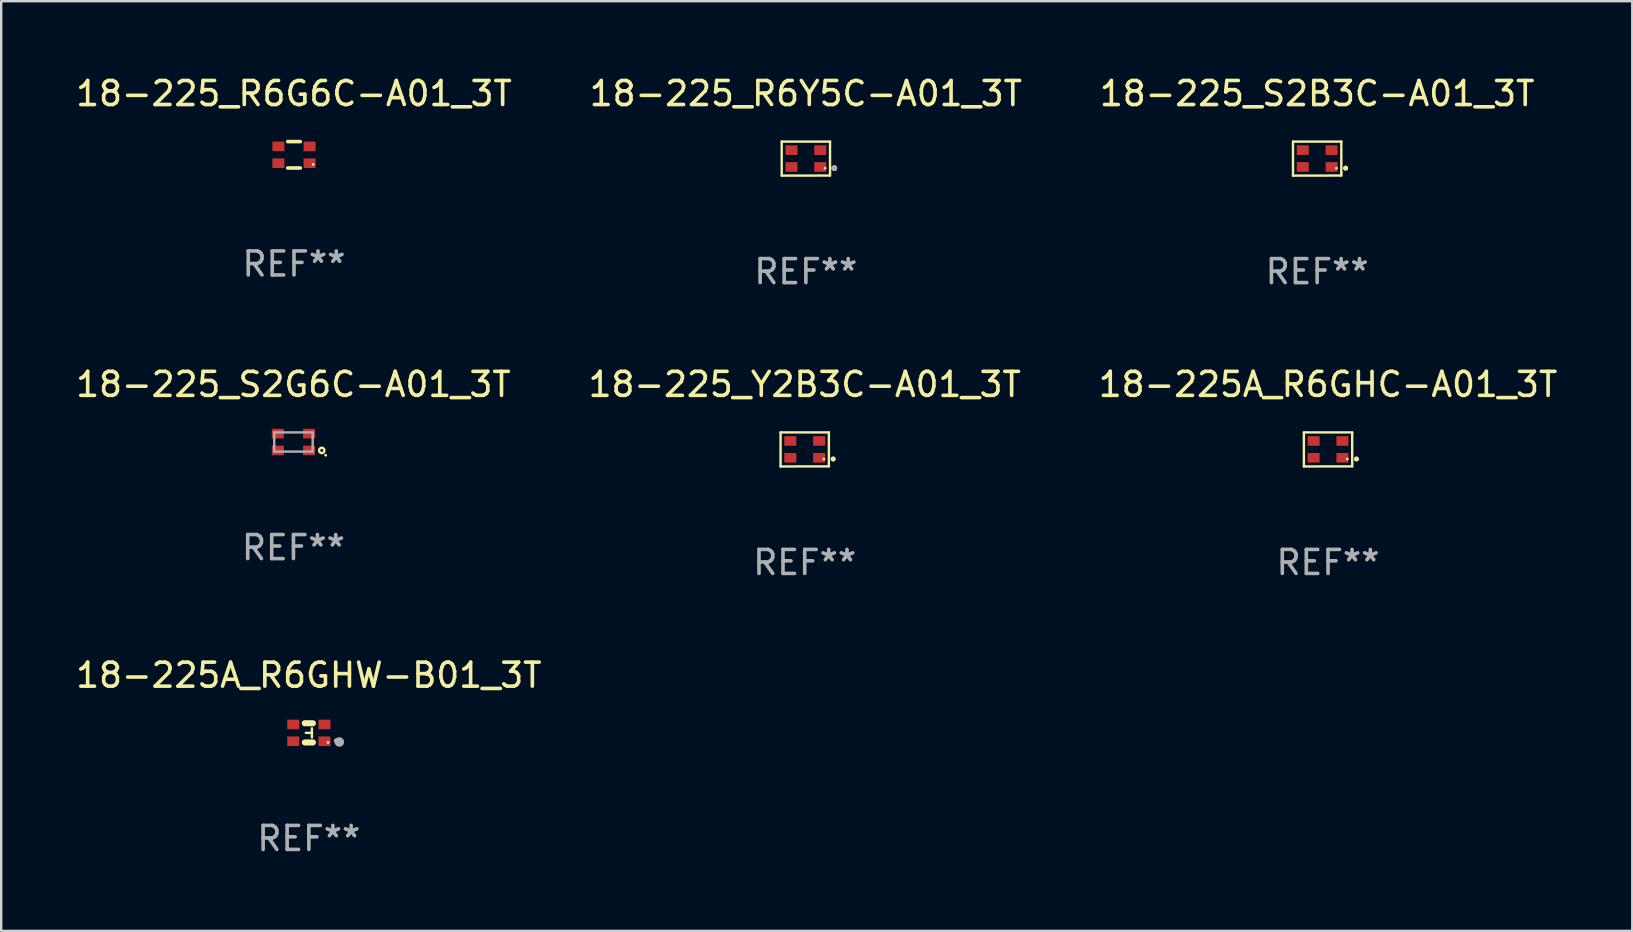
<source format=kicad_pcb>
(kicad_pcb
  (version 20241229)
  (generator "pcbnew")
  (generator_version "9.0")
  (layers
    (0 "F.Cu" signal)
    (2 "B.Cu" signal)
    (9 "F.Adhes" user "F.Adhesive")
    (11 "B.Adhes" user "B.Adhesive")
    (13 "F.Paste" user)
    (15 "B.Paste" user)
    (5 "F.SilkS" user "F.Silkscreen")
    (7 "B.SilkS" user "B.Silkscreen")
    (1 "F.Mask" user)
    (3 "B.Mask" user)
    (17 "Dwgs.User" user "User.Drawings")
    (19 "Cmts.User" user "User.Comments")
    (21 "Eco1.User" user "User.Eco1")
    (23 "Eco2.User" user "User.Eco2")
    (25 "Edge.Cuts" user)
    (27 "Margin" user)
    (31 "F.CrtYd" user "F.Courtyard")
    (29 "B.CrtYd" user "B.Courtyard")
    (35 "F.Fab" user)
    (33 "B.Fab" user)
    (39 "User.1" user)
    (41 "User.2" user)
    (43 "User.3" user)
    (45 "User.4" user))
  (footprint "18-225A_R6GHC-A01_3T"
    (layer "F.Cu")
    (at 52.268 15.671)
    (property "Reference" "18-225A_R6GHC-A01_3T" (at 0 -2.709 0) (layer "F.SilkS") (effects (font (size 1 1) (thickness 0.15))))
    (attr through_hole)
    (fp_line (start -1.006 -0.709) (end -1.006 0.709) (stroke (width 0.1) (type solid)) (layer "F.SilkS"))
    (fp_line (start -1.006 0.709) (end 1.005 0.705) (stroke (width 0.1) (type solid)) (layer "F.SilkS"))
    (fp_line (start 1.006 -0.709) (end -1.006 -0.709) (stroke (width 0.1) (type solid)) (layer "F.SilkS"))
    (fp_line (start 1.006 0.597) (end 1.006 -0.709) (stroke (width 0.1) (type solid)) (layer "F.SilkS"))
    (fp_line (start 1.006 0.597) (end 1.006 0.705) (stroke (width 0.1) (type solid)) (layer "F.SilkS"))
    (fp_circle (center 0.8 0.398) (end 0.83 0.398) (stroke (width 0.06) (type solid)) (fill no) (layer "F.SilkS"))
    (fp_circle (center 1.185 0.398) (end 1.243 0.398) (stroke (width 0.1) (type solid)) (fill no) (layer "F.SilkS"))
    (fp_text user "REF**" (at 0 4.709 0) (layer "F.Fab") (effects (font (size 1 1) (thickness 0.15))))
    (pad "1" smd rect (at 0.6 0.347) (size 0.5 0.4) (layers "F.Cu" "F.Mask" "F.Paste"))
    (pad "2" smd rect (at 0.6 -0.353) (size 0.5 0.4) (layers "F.Cu" "F.Mask" "F.Paste"))
    (pad "3" smd rect (at -0.6 -0.353) (size 0.5 0.4) (layers "F.Cu" "F.Mask" "F.Paste"))
    (pad "4" smd rect (at -0.6 0.347) (size 0.5 0.4) (layers "F.Cu" "F.Mask" "F.Paste")))
  (footprint "18-225_R6Y5C-A01_3T"
    (layer "F.Cu")
    (at 30.518 3.557)
    (property "Reference" "18-225_R6Y5C-A01_3T" (at 0 -2.709 0) (layer "F.SilkS") (effects (font (size 1 1) (thickness 0.15))))
    (attr through_hole)
    (fp_line (start -1.006 -0.709) (end -1.006 0.709) (stroke (width 0.1) (type solid)) (layer "F.SilkS"))
    (fp_line (start -1.006 0.709) (end 1.005 0.705) (stroke (width 0.1) (type solid)) (layer "F.SilkS"))
    (fp_line (start 1.006 -0.709) (end -1.006 -0.709) (stroke (width 0.1) (type solid)) (layer "F.SilkS"))
    (fp_line (start 1.006 0.597) (end 1.006 -0.709) (stroke (width 0.1) (type solid)) (layer "F.SilkS"))
    (fp_line (start 1.006 0.597) (end 1.006 0.705) (stroke (width 0.1) (type solid)) (layer "F.SilkS"))
    (fp_circle (center 0.8 0.398) (end 0.83 0.398) (stroke (width 0.06) (type solid)) (fill no) (layer "F.SilkS"))
    (fp_circle (center 1.185 0.398) (end 1.245 0.398) (stroke (width 0.12) (type solid)) (fill no) (layer "F.SilkS"))
    (fp_circle (center 1.185 0.398) (end 1.245 0.398) (stroke (width 0.12) (type solid)) (fill no) (layer "F.Fab"))
    (fp_text user "REF**" (at 0 4.709 0) (layer "F.Fab") (effects (font (size 1 1) (thickness 0.15))))
    (pad "1" smd rect (at 0.6 0.348 90) (size 0.4 0.5) (layers "F.Cu" "F.Mask" "F.Paste"))
    (pad "2" smd rect (at -0.6 0.348 90) (size 0.4 0.5) (layers "F.Cu" "F.Mask" "F.Paste"))
    (pad "3" smd rect (at 0.6 -0.353 90) (size 0.4 0.5) (layers "F.Cu" "F.Mask" "F.Paste"))
    (pad "4" smd rect (at -0.6 -0.353 90) (size 0.4 0.5) (layers "F.Cu" "F.Mask" "F.Paste")))
  (footprint "18-225_Y2B3C-A01_3T"
    (layer "F.Cu")
    (at 30.47 15.671)
    (property "Reference" "18-225_Y2B3C-A01_3T" (at 0 -2.709 0) (layer "F.SilkS") (effects (font (size 1 1) (thickness 0.15))))
    (attr through_hole)
    (fp_line (start -1.006 -0.709) (end -1.006 0.709) (stroke (width 0.1) (type solid)) (layer "F.SilkS"))
    (fp_line (start -1.006 0.709) (end 1.005 0.705) (stroke (width 0.1) (type solid)) (layer "F.SilkS"))
    (fp_line (start 1.006 -0.709) (end -1.006 -0.709) (stroke (width 0.1) (type solid)) (layer "F.SilkS"))
    (fp_line (start 1.006 0.597) (end 1.006 -0.709) (stroke (width 0.1) (type solid)) (layer "F.SilkS"))
    (fp_line (start 1.006 0.597) (end 1.006 0.705) (stroke (width 0.1) (type solid)) (layer "F.SilkS"))
    (fp_circle (center 0.8 0.398) (end 0.83 0.398) (stroke (width 0.06) (type solid)) (fill no) (layer "F.SilkS"))
    (fp_circle (center 1.185 0.398) (end 1.243 0.398) (stroke (width 0.1) (type solid)) (fill no) (layer "F.SilkS"))
    (fp_text user "REF**" (at 0 4.709 0) (layer "F.Fab") (effects (font (size 1 1) (thickness 0.15))))
    (pad "1" smd rect (at 0.6 0.347) (size 0.5 0.4) (layers "F.Cu" "F.Mask" "F.Paste"))
    (pad "2" smd rect (at 0.6 -0.353) (size 0.5 0.4) (layers "F.Cu" "F.Mask" "F.Paste"))
    (pad "3" smd rect (at -0.6 -0.353) (size 0.5 0.4) (layers "F.Cu" "F.Mask" "F.Paste"))
    (pad "4" smd rect (at -0.6 0.347) (size 0.5 0.4) (layers "F.Cu" "F.Mask" "F.Paste")))
  (footprint "18-225_S2B3C-A01_3T"
    (layer "F.Cu")
    (at 51.815 3.557)
    (property "Reference" "18-225_S2B3C-A01_3T" (at 0 -2.709 0) (layer "F.SilkS") (effects (font (size 1 1) (thickness 0.15))))
    (attr through_hole)
    (fp_line (start -1.006 -0.709) (end -1.006 0.709) (stroke (width 0.1) (type solid)) (layer "F.SilkS"))
    (fp_line (start -1.006 0.709) (end 1.005 0.705) (stroke (width 0.1) (type solid)) (layer "F.SilkS"))
    (fp_line (start 1.006 -0.709) (end -1.006 -0.709) (stroke (width 0.1) (type solid)) (layer "F.SilkS"))
    (fp_line (start 1.006 0.597) (end 1.006 -0.709) (stroke (width 0.1) (type solid)) (layer "F.SilkS"))
    (fp_line (start 1.006 0.597) (end 1.006 0.705) (stroke (width 0.1) (type solid)) (layer "F.SilkS"))
    (fp_circle (center 0.8 0.398) (end 0.83 0.398) (stroke (width 0.06) (type solid)) (fill no) (layer "F.SilkS"))
    (fp_circle (center 1.185 0.398) (end 1.243 0.398) (stroke (width 0.1) (type solid)) (fill no) (layer "F.SilkS"))
    (fp_text user "REF**" (at 0 4.709 0) (layer "F.Fab") (effects (font (size 1 1) (thickness 0.15))))
    (pad "1" smd rect (at 0.6 0.347) (size 0.5 0.4) (layers "F.Cu" "F.Mask" "F.Paste"))
    (pad "2" smd rect (at 0.6 -0.353) (size 0.5 0.4) (layers "F.Cu" "F.Mask" "F.Paste"))
    (pad "3" smd rect (at -0.6 -0.353) (size 0.5 0.4) (layers "F.Cu" "F.Mask" "F.Paste"))
    (pad "4" smd rect (at -0.6 0.347) (size 0.5 0.4) (layers "F.Cu" "F.Mask" "F.Paste")))
  (footprint "18-225_R6G6C-A01_3T"
    (layer "F.Cu")
    (at 9.196 3.398)
    (property "Reference" "18-225_R6G6C-A01_3T" (at 0 -2.55 0) (layer "F.SilkS") (effects (font (size 1 1) (thickness 0.15))))
    (attr through_hole)
    (fp_line (start -0.26 -0.55) (end 0.26 -0.55) (stroke (width 0.152) (type solid)) (layer "F.SilkS"))
    (fp_line (start 0.26 0.55) (end -0.26 0.55) (stroke (width 0.152) (type solid)) (layer "F.SilkS"))
    (fp_circle (center 0.8 0.4) (end 0.83 0.4) (stroke (width 0.06) (type solid)) (fill no) (layer "F.SilkS"))
    (fp_text user "REF**" (at 0 4.55 0) (layer "F.Fab") (effects (font (size 1 1) (thickness 0.15))))
    (pad "1" smd rect (at 0.65 0.35 90) (size 0.4 0.5) (layers "F.Cu" "F.Mask" "F.Paste"))
    (pad "2" smd rect (at -0.65 0.35 90) (size 0.4 0.5) (layers "F.Cu" "F.Mask" "F.Paste"))
    (pad "3" smd rect (at 0.65 -0.35 90) (size 0.4 0.5) (layers "F.Cu" "F.Mask" "F.Paste"))
    (pad "4" smd rect (at -0.65 -0.35 90) (size 0.4 0.5) (layers "F.Cu" "F.Mask" "F.Paste")))
  (footprint "18-225_S2G6C-A01_3T"
    (layer "F.Cu")
    (at 9.173 15.362)
    (property "Reference" "18-225_S2G6C-A01_3T" (at 0 -2.4 0) (layer "F.SilkS") (effects (font (size 1 1) (thickness 0.15))))
    (attr through_hole)
    (fp_circle (center 1.18 0.35) (end 1.292 0.35) (stroke (width 0.1) (type solid)) (fill no) (layer "F.SilkS"))
    (fp_circle (center 1.342 0.55) (end 1.372 0.55) (stroke (width 0.06) (type solid)) (fill no) (layer "F.SilkS"))
    (fp_line (start -0.8 -0.4) (end 0.8 -0.4) (stroke (width 0.1) (type solid)) (layer "F.Fab"))
    (fp_line (start -0.8 0.4) (end -0.8 -0.4) (stroke (width 0.1) (type solid)) (layer "F.Fab"))
    (fp_line (start 0.8 -0.4) (end 0.8 0.4) (stroke (width 0.1) (type solid)) (layer "F.Fab"))
    (fp_line (start 0.8 0.4) (end -0.8 0.4) (stroke (width 0.1) (type solid)) (layer "F.Fab"))
    (fp_text user "REF**" (at 0 4.4 0) (layer "F.Fab") (effects (font (size 1 1) (thickness 0.15))))
    (pad "1" smd rect (at 0.65 0.35 90) (size 0.4 0.5) (layers "F.Cu" "F.Mask" "F.Paste"))
    (pad "2" smd rect (at -0.65 0.35 90) (size 0.4 0.5) (layers "F.Cu" "F.Mask" "F.Paste"))
    (pad "3" smd rect (at 0.65 -0.35 90) (size 0.4 0.5) (layers "F.Cu" "F.Mask" "F.Paste"))
    (pad "4" smd rect (at -0.65 -0.35 90) (size 0.4 0.5) (layers "F.Cu" "F.Mask" "F.Paste")))
  (footprint "18-225A_R6GHW-B01_3T"
    (layer "F.Cu")
    (at 9.815 27.476)
    (property "Reference" "18-225A_R6GHW-B01_3T" (at 0 -2.4 0) (layer "F.SilkS") (effects (font (size 1 1) (thickness 0.15))))
    (attr through_hole)
    (fp_line (start -0.169 -0.4) (end 0.169 -0.4) (stroke (width 0.254) (type solid)) (layer "F.SilkS"))
    (fp_line (start -0.169 0.4) (end 0.169 0.4) (stroke (width 0.254) (type solid)) (layer "F.SilkS"))
    (fp_line (start 0.127 -0.19) (end 0.127 0.191) (stroke (width 0.1) (type solid)) (layer "F.SilkS"))
    (fp_line (start 0.127 0) (end -0.127 0) (stroke (width 0.1) (type solid)) (layer "F.SilkS"))
    (fp_circle (center 0.8 0.4) (end 0.83 0.4) (stroke (width 0.06) (type solid)) (fill no) (layer "F.SilkS"))
    (fp_circle (center 1.15 0.33) (end 1.201 0.33) (stroke (width 0.1) (type solid)) (fill no) (layer "F.SilkS"))
    (fp_circle (center 1.27 0.381) (end 1.37 0.381) (stroke (width 0.2) (type solid)) (fill no) (layer "F.Fab"))
    (fp_text user "REF**" (at 0 4.4 0) (layer "F.Fab") (effects (font (size 1 1) (thickness 0.15))))
    (pad "1" smd rect (at 0.65 0.35) (size 0.5 0.4) (layers "F.Cu" "F.Mask" "F.Paste"))
    (pad "2" smd rect (at -0.65 0.35) (size 0.5 0.4) (layers "F.Cu" "F.Mask" "F.Paste"))
    (pad "3" smd rect (at 0.65 -0.35) (size 0.5 0.4) (layers "F.Cu" "F.Mask" "F.Paste"))
    (pad "4" smd rect (at -0.65 -0.35) (size 0.5 0.4) (layers "F.Cu" "F.Mask" "F.Paste")))
  (gr_rect
    (start -3 -3)
    (end 64.94 35.724)
    (stroke (width 0.1) (type default))
    (fill no)
    (layer "Edge.Cuts")))
</source>
